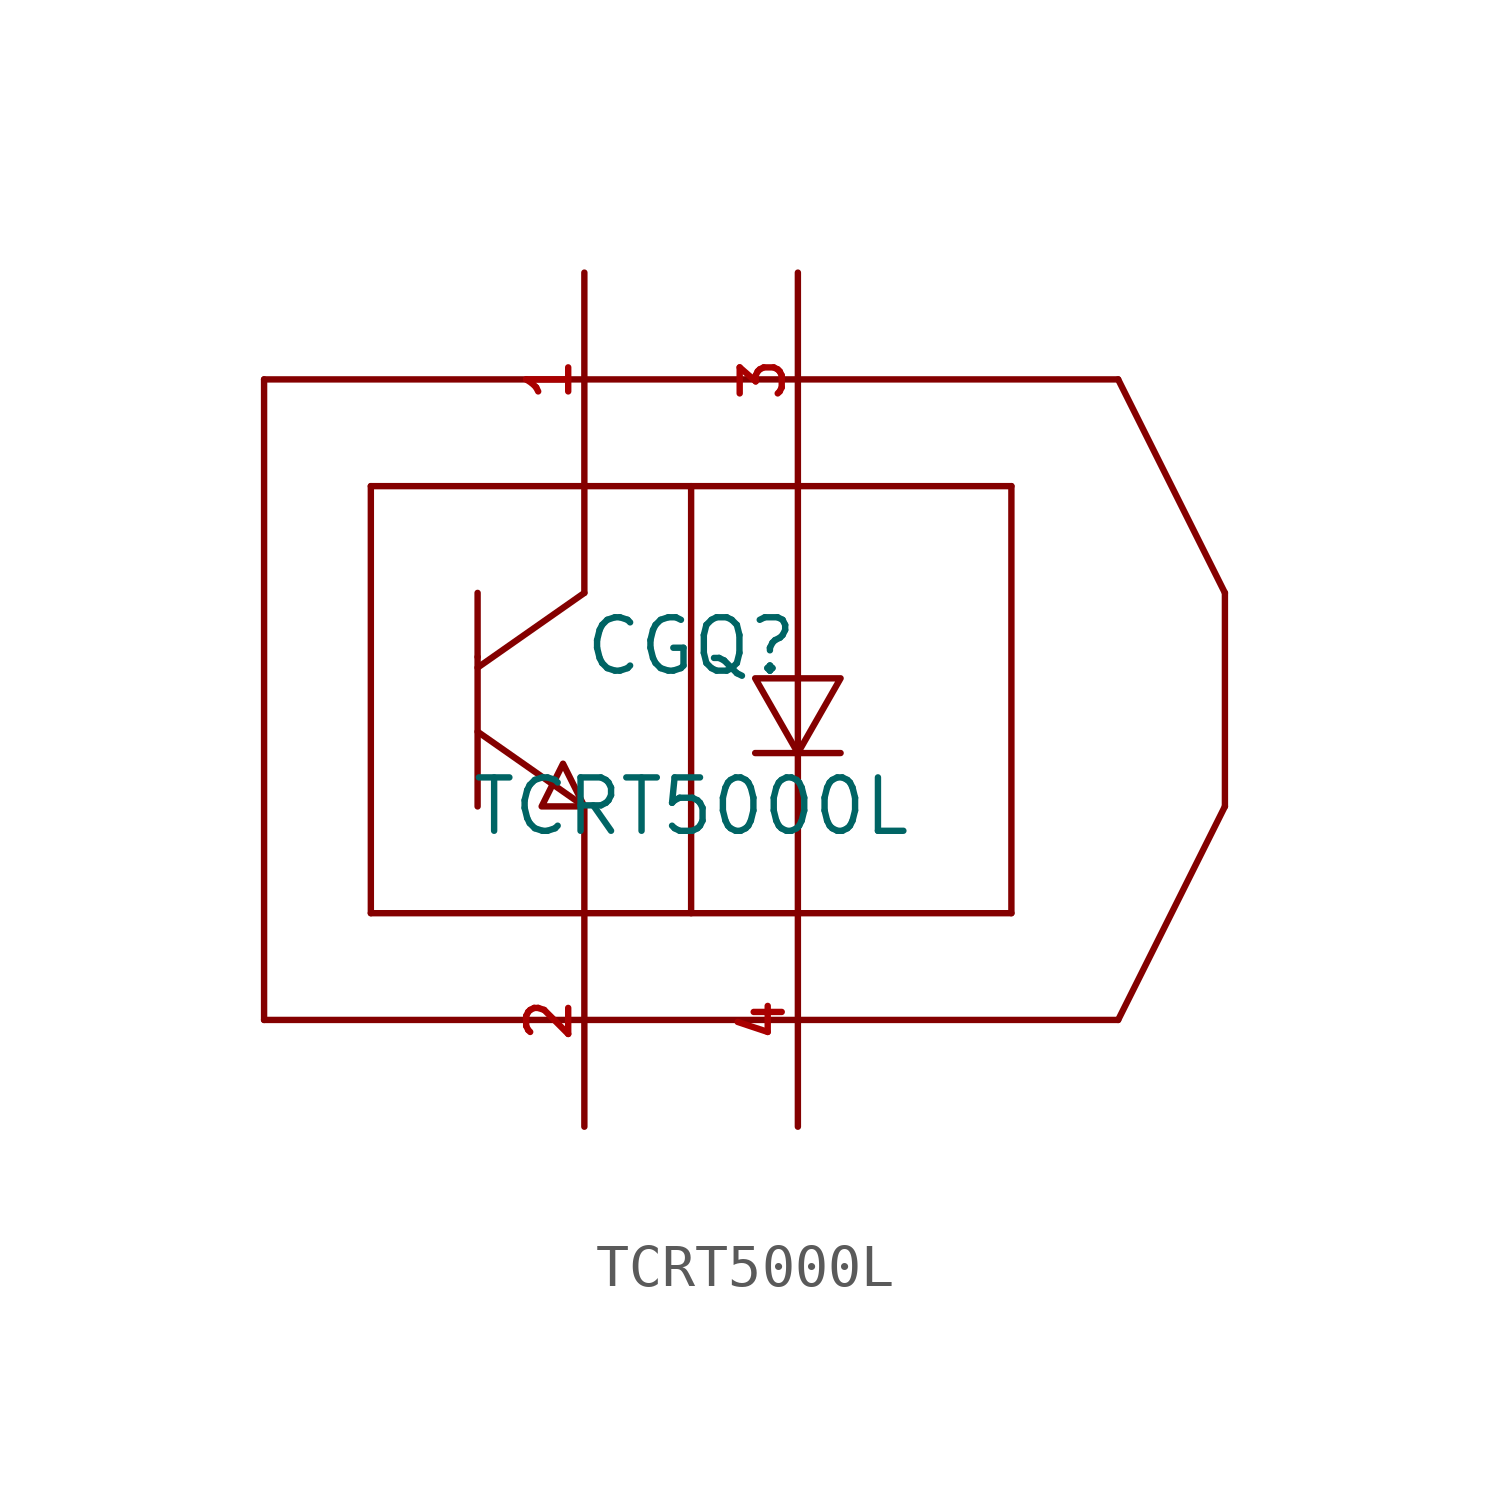
<source format=kicad_sym>
(kicad_symbol_lib
  (version 20210201)
  (generator TousstNicolas/JLC2KiCad_lib)
  (symbol "TCRT5000L"
    (pin_names hide)
    (property "Reference" "CGQ"
      (at 0 1.27 0)
      (effects (font (size 1.27 1.27))))
    (property "Value" "TCRT5000L"
      (at 0 -2.54 0)
      (effects (font (size 1.27 1.27))))
    (symbol "TCRT5000L_0_1"
      (polyline (pts (xy -5.08 2.54) (xy -5.08 1.016)) (stroke (width 0) (type default) (color 0 0 0 0)) (fill (type none)))
      (polyline (pts (xy -5.08 1.016) (xy -5.08 -2.54)) (stroke (width 0) (type default) (color 0 0 0 0)) (fill (type none)))
      (polyline (pts (xy 2.54 5.08) (xy 2.54 -5.08)) (stroke (width 0) (type default) (color 0 0 0 0)) (fill (type none)))
      (polyline (pts (xy 0.0 5.08) (xy 0.0 -5.08)) (stroke (width 0) (type default) (color 0 0 0 0)) (fill (type none)))
      (polyline (pts (xy -7.62 5.08) (xy 7.62 5.08)) (stroke (width 0) (type default) (color 0 0 0 0)) (fill (type none)))
      (polyline (pts (xy 7.62 5.08) (xy 7.62 -5.08)) (stroke (width 0) (type default) (color 0 0 0 0)) (fill (type none)))
      (polyline (pts (xy 7.62 -5.08) (xy -7.62 -5.08)) (stroke (width 0) (type default) (color 0 0 0 0)) (fill (type none)))
      (polyline (pts (xy -7.62 -5.08) (xy -7.62 5.08)) (stroke (width 0) (type default) (color 0 0 0 0)) (fill (type none)))
      (polyline (pts (xy -10.16 7.62) (xy -10.16 -7.62)) (stroke (width 0) (type default) (color 0 0 0 0)) (fill (type none)))
      (polyline (pts (xy -10.16 -7.62) (xy 10.16 -7.62)) (stroke (width 0) (type default) (color 0 0 0 0)) (fill (type none)))
      (polyline (pts (xy -10.16 7.62) (xy 10.16 7.62)) (stroke (width 0) (type default) (color 0 0 0 0)) (fill (type none)))
      (polyline (pts (xy 10.16 7.62) (xy 12.7 2.54)) (stroke (width 0) (type default) (color 0 0 0 0)) (fill (type none)))
      (polyline (pts (xy 12.7 -2.54) (xy 10.16 -7.62)) (stroke (width 0) (type default) (color 0 0 0 0)) (fill (type none)))
      (polyline (pts (xy 12.7 2.54) (xy 12.7 -2.54)) (stroke (width 0) (type default) (color 0 0 0 0)) (fill (type none)))
      (polyline (pts (xy -2.54 2.54) (xy -5.08 0.762)) (stroke (width 0) (type default) (color 0 0 0 0)) (fill (type none)))
      (polyline (pts (xy -2.54 2.54) (xy -2.54 5.08)) (stroke (width 0) (type default) (color 0 0 0 0)) (fill (type none)))
      (polyline (pts (xy -5.08 -0.762) (xy -2.54 -2.54)) (stroke (width 0) (type default) (color 0 0 0 0)) (fill (type none)))
      (polyline (pts (xy -2.54 -2.54) (xy -2.54 -5.08)) (stroke (width 0) (type default) (color 0 0 0 0)) (fill (type none)))
      (polyline (pts (xy 1.524 -1.27) (xy 3.556 -1.27)) (stroke (width 0) (type default) (color 0 0 0 0)) (fill (type none)))
      (pin unspecified line (at -2.54 10.16 270) (length 5.08) (name "C" (effects (font (size 1 1)))) (number "1" (effects (font (size 1 1)))))
      (pin unspecified line (at -2.54 -10.16 90) (length 5.08) (name "E" (effects (font (size 1 1)))) (number "2" (effects (font (size 1 1)))))
      (pin unspecified line (at 2.54 10.16 270) (length 5.08) (name "A" (effects (font (size 1 1)))) (number "3" (effects (font (size 1 1)))))
      (pin unspecified line (at 2.54 -10.16 90) (length 5.08) (name "C" (effects (font (size 1 1)))) (number "4" (effects (font (size 1 1)))))
      (polyline (pts (xy -3.556 -2.54) (xy -2.54 -2.54) (xy -3.048 -1.524) (xy -3.556 -2.54)) (stroke (width 0) (type default) (color 0 0 0 0)) (fill (type none)))
      (polyline (pts (xy 2.54 -1.27) (xy 3.556 0.508) (xy 1.524 0.508) (xy 2.54 -1.27)) (stroke (width 0) (type default) (color 0 0 0 0)) (fill (type none))))))
</source>
